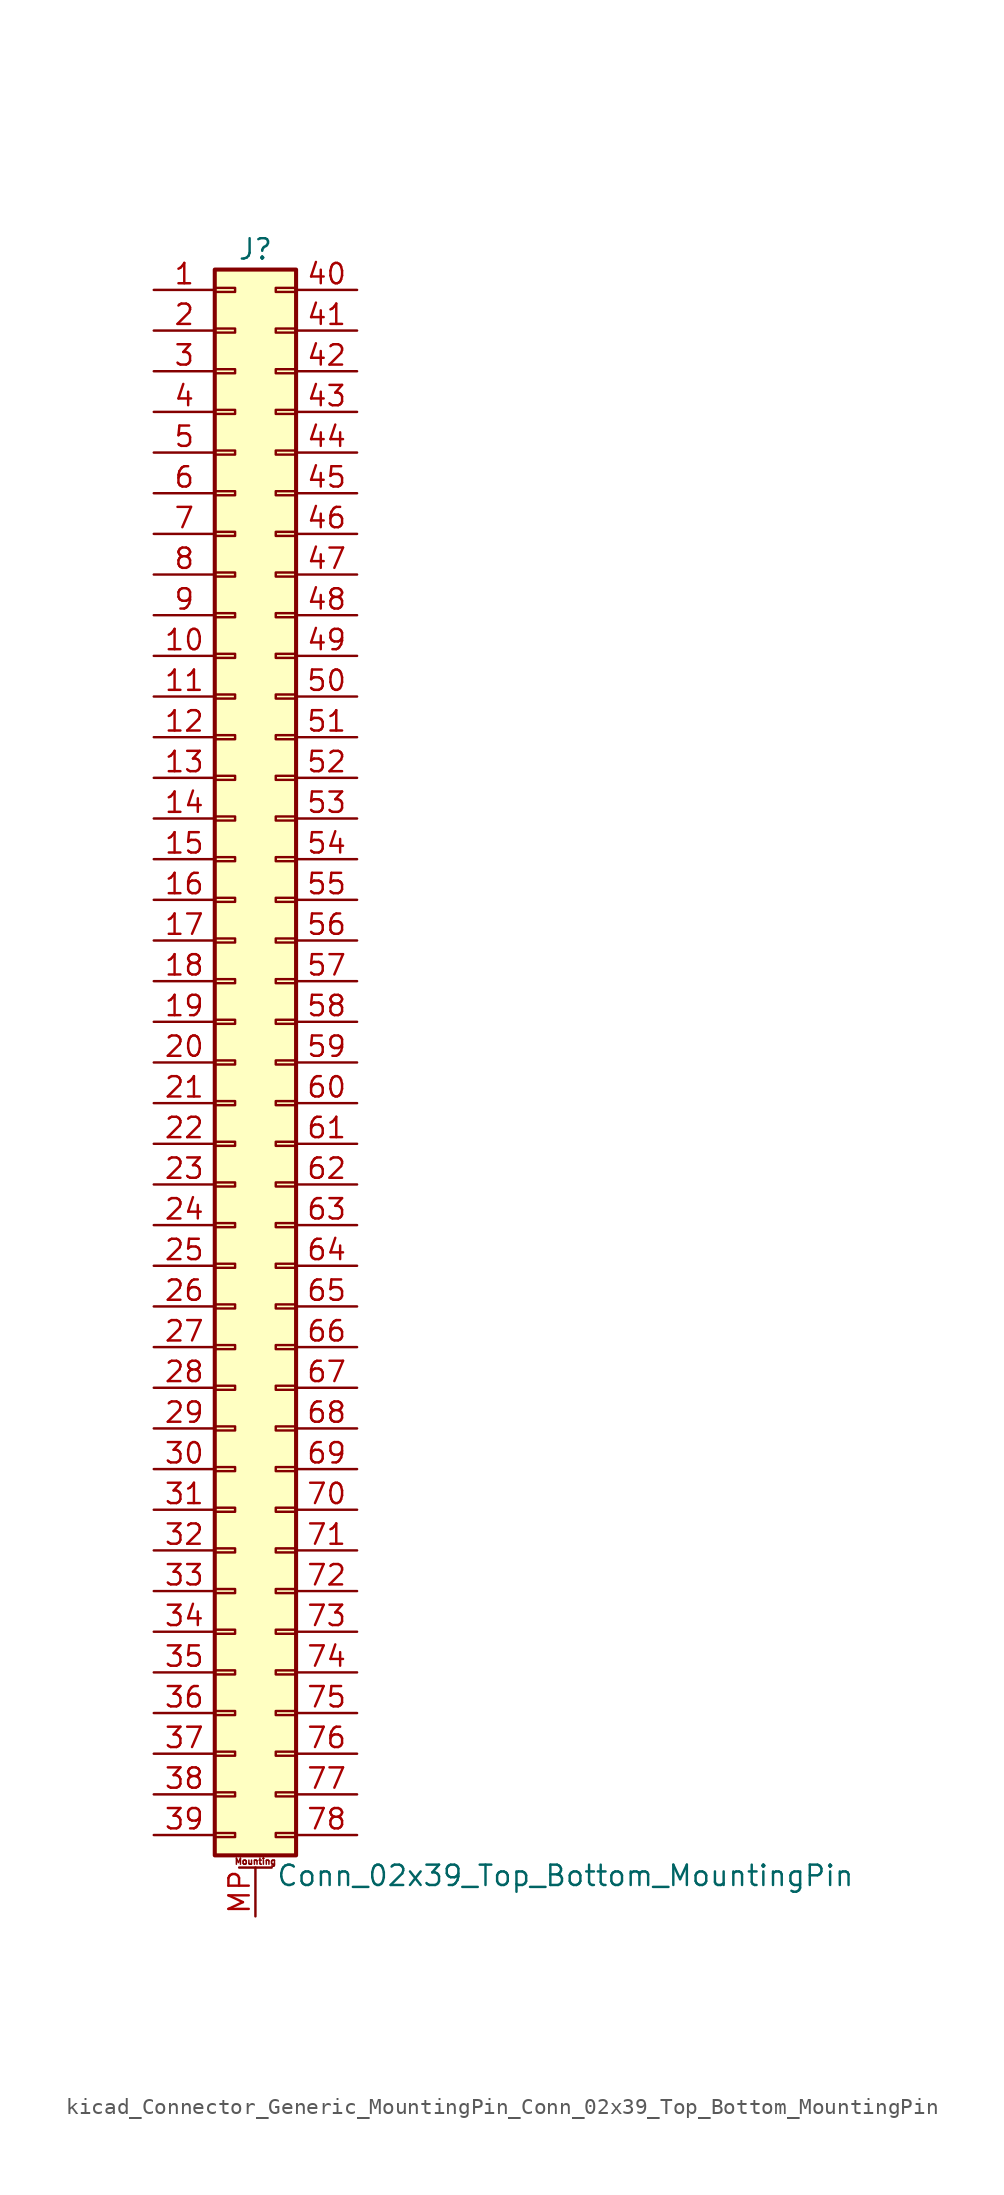
<source format=kicad_sym>
(kicad_symbol_lib
  (version 20220914)
  (generator kicad_symbol_editor)
  (symbol "kicad_Connector_Generic_MountingPin_Conn_02x39_Top_Bottom_MountingPin"
    (pin_names
      (offset 1.016) hide)
    (property "Reference" "J"
      (at 1.27 50.8 0)
      (effects (font (size 1.27 1.27))))
    (property "Value" "Conn_02x39_Top_Bottom_MountingPin"
      (at 2.54 -50.8 0)
      (effects (font (size 1.27 1.27)) (justify left)))
    (symbol "kicad_Connector_Generic_MountingPin_Conn_02x39_Top_Bottom_MountingPin_1_1"
      (rectangle (start -1.27 -48.133) (end 0 -48.387) (stroke (width 0.152) (type default)) (fill (type none)))
      (rectangle (start -1.27 -45.593) (end 0 -45.847) (stroke (width 0.152) (type default)) (fill (type none)))
      (rectangle (start -1.27 -43.053) (end 0 -43.307) (stroke (width 0.152) (type default)) (fill (type none)))
      (rectangle (start -1.27 -40.513) (end 0 -40.767) (stroke (width 0.152) (type default)) (fill (type none)))
      (rectangle (start -1.27 -37.973) (end 0 -38.227) (stroke (width 0.152) (type default)) (fill (type none)))
      (rectangle (start -1.27 -35.433) (end 0 -35.687) (stroke (width 0.152) (type default)) (fill (type none)))
      (rectangle (start -1.27 -32.893) (end 0 -33.147) (stroke (width 0.152) (type default)) (fill (type none)))
      (rectangle (start -1.27 -30.353) (end 0 -30.607) (stroke (width 0.152) (type default)) (fill (type none)))
      (rectangle (start -1.27 -27.813) (end 0 -28.067) (stroke (width 0.152) (type default)) (fill (type none)))
      (rectangle (start -1.27 -25.273) (end 0 -25.527) (stroke (width 0.152) (type default)) (fill (type none)))
      (rectangle (start -1.27 -22.733) (end 0 -22.987) (stroke (width 0.152) (type default)) (fill (type none)))
      (rectangle (start -1.27 -20.193) (end 0 -20.447) (stroke (width 0.152) (type default)) (fill (type none)))
      (rectangle (start -1.27 -17.653) (end 0 -17.907) (stroke (width 0.152) (type default)) (fill (type none)))
      (rectangle (start -1.27 -15.113) (end 0 -15.367) (stroke (width 0.152) (type default)) (fill (type none)))
      (rectangle (start -1.27 -12.573) (end 0 -12.827) (stroke (width 0.152) (type default)) (fill (type none)))
      (rectangle (start -1.27 -10.033) (end 0 -10.287) (stroke (width 0.152) (type default)) (fill (type none)))
      (rectangle (start -1.27 -7.493) (end 0 -7.747) (stroke (width 0.152) (type default)) (fill (type none)))
      (rectangle (start -1.27 -4.953) (end 0 -5.207) (stroke (width 0.152) (type default)) (fill (type none)))
      (rectangle (start -1.27 -2.413) (end 0 -2.667) (stroke (width 0.152) (type default)) (fill (type none)))
      (rectangle (start -1.27 0.127) (end 0 -0.127) (stroke (width 0.152) (type default)) (fill (type none)))
      (rectangle (start -1.27 2.667) (end 0 2.413) (stroke (width 0.152) (type default)) (fill (type none)))
      (rectangle (start -1.27 5.207) (end 0 4.953) (stroke (width 0.152) (type default)) (fill (type none)))
      (rectangle (start -1.27 7.747) (end 0 7.493) (stroke (width 0.152) (type default)) (fill (type none)))
      (rectangle (start -1.27 10.287) (end 0 10.033) (stroke (width 0.152) (type default)) (fill (type none)))
      (rectangle (start -1.27 12.827) (end 0 12.573) (stroke (width 0.152) (type default)) (fill (type none)))
      (rectangle (start -1.27 15.367) (end 0 15.113) (stroke (width 0.152) (type default)) (fill (type none)))
      (rectangle (start -1.27 17.907) (end 0 17.653) (stroke (width 0.152) (type default)) (fill (type none)))
      (rectangle (start -1.27 20.447) (end 0 20.193) (stroke (width 0.152) (type default)) (fill (type none)))
      (rectangle (start -1.27 22.987) (end 0 22.733) (stroke (width 0.152) (type default)) (fill (type none)))
      (rectangle (start -1.27 25.527) (end 0 25.273) (stroke (width 0.152) (type default)) (fill (type none)))
      (rectangle (start -1.27 28.067) (end 0 27.813) (stroke (width 0.152) (type default)) (fill (type none)))
      (rectangle (start -1.27 30.607) (end 0 30.353) (stroke (width 0.152) (type default)) (fill (type none)))
      (rectangle (start -1.27 33.147) (end 0 32.893) (stroke (width 0.152) (type default)) (fill (type none)))
      (rectangle (start -1.27 35.687) (end 0 35.433) (stroke (width 0.152) (type default)) (fill (type none)))
      (rectangle (start -1.27 38.227) (end 0 37.973) (stroke (width 0.152) (type default)) (fill (type none)))
      (rectangle (start -1.27 40.767) (end 0 40.513) (stroke (width 0.152) (type default)) (fill (type none)))
      (rectangle (start -1.27 43.307) (end 0 43.053) (stroke (width 0.152) (type default)) (fill (type none)))
      (rectangle (start -1.27 45.847) (end 0 45.593) (stroke (width 0.152) (type default)) (fill (type none)))
      (rectangle (start -1.27 48.387) (end 0 48.133) (stroke (width 0.152) (type default)) (fill (type none)))
      (rectangle (start -1.27 49.53) (end 3.81 -49.53) (stroke (width 0.254) (type default)) (fill (type background)))
      (polyline (pts (xy 0.254 -50.292) (xy 2.286 -50.292)) (stroke (width 0.152) (type default)) (fill (type none)))
      (rectangle (start 3.81 -48.133) (end 2.54 -48.387) (stroke (width 0.152) (type default)) (fill (type none)))
      (rectangle (start 3.81 -45.593) (end 2.54 -45.847) (stroke (width 0.152) (type default)) (fill (type none)))
      (rectangle (start 3.81 -43.053) (end 2.54 -43.307) (stroke (width 0.152) (type default)) (fill (type none)))
      (rectangle (start 3.81 -40.513) (end 2.54 -40.767) (stroke (width 0.152) (type default)) (fill (type none)))
      (rectangle (start 3.81 -37.973) (end 2.54 -38.227) (stroke (width 0.152) (type default)) (fill (type none)))
      (rectangle (start 3.81 -35.433) (end 2.54 -35.687) (stroke (width 0.152) (type default)) (fill (type none)))
      (rectangle (start 3.81 -32.893) (end 2.54 -33.147) (stroke (width 0.152) (type default)) (fill (type none)))
      (rectangle (start 3.81 -30.353) (end 2.54 -30.607) (stroke (width 0.152) (type default)) (fill (type none)))
      (rectangle (start 3.81 -27.813) (end 2.54 -28.067) (stroke (width 0.152) (type default)) (fill (type none)))
      (rectangle (start 3.81 -25.273) (end 2.54 -25.527) (stroke (width 0.152) (type default)) (fill (type none)))
      (rectangle (start 3.81 -22.733) (end 2.54 -22.987) (stroke (width 0.152) (type default)) (fill (type none)))
      (rectangle (start 3.81 -20.193) (end 2.54 -20.447) (stroke (width 0.152) (type default)) (fill (type none)))
      (rectangle (start 3.81 -17.653) (end 2.54 -17.907) (stroke (width 0.152) (type default)) (fill (type none)))
      (rectangle (start 3.81 -15.113) (end 2.54 -15.367) (stroke (width 0.152) (type default)) (fill (type none)))
      (rectangle (start 3.81 -12.573) (end 2.54 -12.827) (stroke (width 0.152) (type default)) (fill (type none)))
      (rectangle (start 3.81 -10.033) (end 2.54 -10.287) (stroke (width 0.152) (type default)) (fill (type none)))
      (rectangle (start 3.81 -7.493) (end 2.54 -7.747) (stroke (width 0.152) (type default)) (fill (type none)))
      (rectangle (start 3.81 -4.953) (end 2.54 -5.207) (stroke (width 0.152) (type default)) (fill (type none)))
      (rectangle (start 3.81 -2.413) (end 2.54 -2.667) (stroke (width 0.152) (type default)) (fill (type none)))
      (rectangle (start 3.81 0.127) (end 2.54 -0.127) (stroke (width 0.152) (type default)) (fill (type none)))
      (rectangle (start 3.81 2.667) (end 2.54 2.413) (stroke (width 0.152) (type default)) (fill (type none)))
      (rectangle (start 3.81 5.207) (end 2.54 4.953) (stroke (width 0.152) (type default)) (fill (type none)))
      (rectangle (start 3.81 7.747) (end 2.54 7.493) (stroke (width 0.152) (type default)) (fill (type none)))
      (rectangle (start 3.81 10.287) (end 2.54 10.033) (stroke (width 0.152) (type default)) (fill (type none)))
      (rectangle (start 3.81 12.827) (end 2.54 12.573) (stroke (width 0.152) (type default)) (fill (type none)))
      (rectangle (start 3.81 15.367) (end 2.54 15.113) (stroke (width 0.152) (type default)) (fill (type none)))
      (rectangle (start 3.81 17.907) (end 2.54 17.653) (stroke (width 0.152) (type default)) (fill (type none)))
      (rectangle (start 3.81 20.447) (end 2.54 20.193) (stroke (width 0.152) (type default)) (fill (type none)))
      (rectangle (start 3.81 22.987) (end 2.54 22.733) (stroke (width 0.152) (type default)) (fill (type none)))
      (rectangle (start 3.81 25.527) (end 2.54 25.273) (stroke (width 0.152) (type default)) (fill (type none)))
      (rectangle (start 3.81 28.067) (end 2.54 27.813) (stroke (width 0.152) (type default)) (fill (type none)))
      (rectangle (start 3.81 30.607) (end 2.54 30.353) (stroke (width 0.152) (type default)) (fill (type none)))
      (rectangle (start 3.81 33.147) (end 2.54 32.893) (stroke (width 0.152) (type default)) (fill (type none)))
      (rectangle (start 3.81 35.687) (end 2.54 35.433) (stroke (width 0.152) (type default)) (fill (type none)))
      (rectangle (start 3.81 38.227) (end 2.54 37.973) (stroke (width 0.152) (type default)) (fill (type none)))
      (rectangle (start 3.81 40.767) (end 2.54 40.513) (stroke (width 0.152) (type default)) (fill (type none)))
      (rectangle (start 3.81 43.307) (end 2.54 43.053) (stroke (width 0.152) (type default)) (fill (type none)))
      (rectangle (start 3.81 45.847) (end 2.54 45.593) (stroke (width 0.152) (type default)) (fill (type none)))
      (rectangle (start 3.81 48.387) (end 2.54 48.133) (stroke (width 0.152) (type default)) (fill (type none)))
      (text "Mounting" (at 1.27 -49.911 0) (effects (font (size 0.381 0.381))))
      (pin passive line (at -5.08 48.26 0) (length 3.81) (name "Pin_1" (effects (font (size 1.27 1.27)))) (number "1" (effects (font (size 1.27 1.27)))))
      (pin passive line (at -5.08 25.4 0) (length 3.81) (name "Pin_10" (effects (font (size 1.27 1.27)))) (number "10" (effects (font (size 1.27 1.27)))))
      (pin passive line (at -5.08 22.86 0) (length 3.81) (name "Pin_11" (effects (font (size 1.27 1.27)))) (number "11" (effects (font (size 1.27 1.27)))))
      (pin passive line (at -5.08 20.32 0) (length 3.81) (name "Pin_12" (effects (font (size 1.27 1.27)))) (number "12" (effects (font (size 1.27 1.27)))))
      (pin passive line (at -5.08 17.78 0) (length 3.81) (name "Pin_13" (effects (font (size 1.27 1.27)))) (number "13" (effects (font (size 1.27 1.27)))))
      (pin passive line (at -5.08 15.24 0) (length 3.81) (name "Pin_14" (effects (font (size 1.27 1.27)))) (number "14" (effects (font (size 1.27 1.27)))))
      (pin passive line (at -5.08 12.7 0) (length 3.81) (name "Pin_15" (effects (font (size 1.27 1.27)))) (number "15" (effects (font (size 1.27 1.27)))))
      (pin passive line (at -5.08 10.16 0) (length 3.81) (name "Pin_16" (effects (font (size 1.27 1.27)))) (number "16" (effects (font (size 1.27 1.27)))))
      (pin passive line (at -5.08 7.62 0) (length 3.81) (name "Pin_17" (effects (font (size 1.27 1.27)))) (number "17" (effects (font (size 1.27 1.27)))))
      (pin passive line (at -5.08 5.08 0) (length 3.81) (name "Pin_18" (effects (font (size 1.27 1.27)))) (number "18" (effects (font (size 1.27 1.27)))))
      (pin passive line (at -5.08 2.54 0) (length 3.81) (name "Pin_19" (effects (font (size 1.27 1.27)))) (number "19" (effects (font (size 1.27 1.27)))))
      (pin passive line (at -5.08 45.72 0) (length 3.81) (name "Pin_2" (effects (font (size 1.27 1.27)))) (number "2" (effects (font (size 1.27 1.27)))))
      (pin passive line (at -5.08 0 0) (length 3.81) (name "Pin_20" (effects (font (size 1.27 1.27)))) (number "20" (effects (font (size 1.27 1.27)))))
      (pin passive line (at -5.08 -2.54 0) (length 3.81) (name "Pin_21" (effects (font (size 1.27 1.27)))) (number "21" (effects (font (size 1.27 1.27)))))
      (pin passive line (at -5.08 -5.08 0) (length 3.81) (name "Pin_22" (effects (font (size 1.27 1.27)))) (number "22" (effects (font (size 1.27 1.27)))))
      (pin passive line (at -5.08 -7.62 0) (length 3.81) (name "Pin_23" (effects (font (size 1.27 1.27)))) (number "23" (effects (font (size 1.27 1.27)))))
      (pin passive line (at -5.08 -10.16 0) (length 3.81) (name "Pin_24" (effects (font (size 1.27 1.27)))) (number "24" (effects (font (size 1.27 1.27)))))
      (pin passive line (at -5.08 -12.7 0) (length 3.81) (name "Pin_25" (effects (font (size 1.27 1.27)))) (number "25" (effects (font (size 1.27 1.27)))))
      (pin passive line (at -5.08 -15.24 0) (length 3.81) (name "Pin_26" (effects (font (size 1.27 1.27)))) (number "26" (effects (font (size 1.27 1.27)))))
      (pin passive line (at -5.08 -17.78 0) (length 3.81) (name "Pin_27" (effects (font (size 1.27 1.27)))) (number "27" (effects (font (size 1.27 1.27)))))
      (pin passive line (at -5.08 -20.32 0) (length 3.81) (name "Pin_28" (effects (font (size 1.27 1.27)))) (number "28" (effects (font (size 1.27 1.27)))))
      (pin passive line (at -5.08 -22.86 0) (length 3.81) (name "Pin_29" (effects (font (size 1.27 1.27)))) (number "29" (effects (font (size 1.27 1.27)))))
      (pin passive line (at -5.08 43.18 0) (length 3.81) (name "Pin_3" (effects (font (size 1.27 1.27)))) (number "3" (effects (font (size 1.27 1.27)))))
      (pin passive line (at -5.08 -25.4 0) (length 3.81) (name "Pin_30" (effects (font (size 1.27 1.27)))) (number "30" (effects (font (size 1.27 1.27)))))
      (pin passive line (at -5.08 -27.94 0) (length 3.81) (name "Pin_31" (effects (font (size 1.27 1.27)))) (number "31" (effects (font (size 1.27 1.27)))))
      (pin passive line (at -5.08 -30.48 0) (length 3.81) (name "Pin_32" (effects (font (size 1.27 1.27)))) (number "32" (effects (font (size 1.27 1.27)))))
      (pin passive line (at -5.08 -33.02 0) (length 3.81) (name "Pin_33" (effects (font (size 1.27 1.27)))) (number "33" (effects (font (size 1.27 1.27)))))
      (pin passive line (at -5.08 -35.56 0) (length 3.81) (name "Pin_34" (effects (font (size 1.27 1.27)))) (number "34" (effects (font (size 1.27 1.27)))))
      (pin passive line (at -5.08 -38.1 0) (length 3.81) (name "Pin_35" (effects (font (size 1.27 1.27)))) (number "35" (effects (font (size 1.27 1.27)))))
      (pin passive line (at -5.08 -40.64 0) (length 3.81) (name "Pin_36" (effects (font (size 1.27 1.27)))) (number "36" (effects (font (size 1.27 1.27)))))
      (pin passive line (at -5.08 -43.18 0) (length 3.81) (name "Pin_37" (effects (font (size 1.27 1.27)))) (number "37" (effects (font (size 1.27 1.27)))))
      (pin passive line (at -5.08 -45.72 0) (length 3.81) (name "Pin_38" (effects (font (size 1.27 1.27)))) (number "38" (effects (font (size 1.27 1.27)))))
      (pin passive line (at -5.08 -48.26 0) (length 3.81) (name "Pin_39" (effects (font (size 1.27 1.27)))) (number "39" (effects (font (size 1.27 1.27)))))
      (pin passive line (at -5.08 40.64 0) (length 3.81) (name "Pin_4" (effects (font (size 1.27 1.27)))) (number "4" (effects (font (size 1.27 1.27)))))
      (pin passive line (at 7.62 48.26 180) (length 3.81) (name "Pin_40" (effects (font (size 1.27 1.27)))) (number "40" (effects (font (size 1.27 1.27)))))
      (pin passive line (at 7.62 45.72 180) (length 3.81) (name "Pin_41" (effects (font (size 1.27 1.27)))) (number "41" (effects (font (size 1.27 1.27)))))
      (pin passive line (at 7.62 43.18 180) (length 3.81) (name "Pin_42" (effects (font (size 1.27 1.27)))) (number "42" (effects (font (size 1.27 1.27)))))
      (pin passive line (at 7.62 40.64 180) (length 3.81) (name "Pin_43" (effects (font (size 1.27 1.27)))) (number "43" (effects (font (size 1.27 1.27)))))
      (pin passive line (at 7.62 38.1 180) (length 3.81) (name "Pin_44" (effects (font (size 1.27 1.27)))) (number "44" (effects (font (size 1.27 1.27)))))
      (pin passive line (at 7.62 35.56 180) (length 3.81) (name "Pin_45" (effects (font (size 1.27 1.27)))) (number "45" (effects (font (size 1.27 1.27)))))
      (pin passive line (at 7.62 33.02 180) (length 3.81) (name "Pin_46" (effects (font (size 1.27 1.27)))) (number "46" (effects (font (size 1.27 1.27)))))
      (pin passive line (at 7.62 30.48 180) (length 3.81) (name "Pin_47" (effects (font (size 1.27 1.27)))) (number "47" (effects (font (size 1.27 1.27)))))
      (pin passive line (at 7.62 27.94 180) (length 3.81) (name "Pin_48" (effects (font (size 1.27 1.27)))) (number "48" (effects (font (size 1.27 1.27)))))
      (pin passive line (at 7.62 25.4 180) (length 3.81) (name "Pin_49" (effects (font (size 1.27 1.27)))) (number "49" (effects (font (size 1.27 1.27)))))
      (pin passive line (at -5.08 38.1 0) (length 3.81) (name "Pin_5" (effects (font (size 1.27 1.27)))) (number "5" (effects (font (size 1.27 1.27)))))
      (pin passive line (at 7.62 22.86 180) (length 3.81) (name "Pin_50" (effects (font (size 1.27 1.27)))) (number "50" (effects (font (size 1.27 1.27)))))
      (pin passive line (at 7.62 20.32 180) (length 3.81) (name "Pin_51" (effects (font (size 1.27 1.27)))) (number "51" (effects (font (size 1.27 1.27)))))
      (pin passive line (at 7.62 17.78 180) (length 3.81) (name "Pin_52" (effects (font (size 1.27 1.27)))) (number "52" (effects (font (size 1.27 1.27)))))
      (pin passive line (at 7.62 15.24 180) (length 3.81) (name "Pin_53" (effects (font (size 1.27 1.27)))) (number "53" (effects (font (size 1.27 1.27)))))
      (pin passive line (at 7.62 12.7 180) (length 3.81) (name "Pin_54" (effects (font (size 1.27 1.27)))) (number "54" (effects (font (size 1.27 1.27)))))
      (pin passive line (at 7.62 10.16 180) (length 3.81) (name "Pin_55" (effects (font (size 1.27 1.27)))) (number "55" (effects (font (size 1.27 1.27)))))
      (pin passive line (at 7.62 7.62 180) (length 3.81) (name "Pin_56" (effects (font (size 1.27 1.27)))) (number "56" (effects (font (size 1.27 1.27)))))
      (pin passive line (at 7.62 5.08 180) (length 3.81) (name "Pin_57" (effects (font (size 1.27 1.27)))) (number "57" (effects (font (size 1.27 1.27)))))
      (pin passive line (at 7.62 2.54 180) (length 3.81) (name "Pin_58" (effects (font (size 1.27 1.27)))) (number "58" (effects (font (size 1.27 1.27)))))
      (pin passive line (at 7.62 0 180) (length 3.81) (name "Pin_59" (effects (font (size 1.27 1.27)))) (number "59" (effects (font (size 1.27 1.27)))))
      (pin passive line (at -5.08 35.56 0) (length 3.81) (name "Pin_6" (effects (font (size 1.27 1.27)))) (number "6" (effects (font (size 1.27 1.27)))))
      (pin passive line (at 7.62 -2.54 180) (length 3.81) (name "Pin_60" (effects (font (size 1.27 1.27)))) (number "60" (effects (font (size 1.27 1.27)))))
      (pin passive line (at 7.62 -5.08 180) (length 3.81) (name "Pin_61" (effects (font (size 1.27 1.27)))) (number "61" (effects (font (size 1.27 1.27)))))
      (pin passive line (at 7.62 -7.62 180) (length 3.81) (name "Pin_62" (effects (font (size 1.27 1.27)))) (number "62" (effects (font (size 1.27 1.27)))))
      (pin passive line (at 7.62 -10.16 180) (length 3.81) (name "Pin_63" (effects (font (size 1.27 1.27)))) (number "63" (effects (font (size 1.27 1.27)))))
      (pin passive line (at 7.62 -12.7 180) (length 3.81) (name "Pin_64" (effects (font (size 1.27 1.27)))) (number "64" (effects (font (size 1.27 1.27)))))
      (pin passive line (at 7.62 -15.24 180) (length 3.81) (name "Pin_65" (effects (font (size 1.27 1.27)))) (number "65" (effects (font (size 1.27 1.27)))))
      (pin passive line (at 7.62 -17.78 180) (length 3.81) (name "Pin_66" (effects (font (size 1.27 1.27)))) (number "66" (effects (font (size 1.27 1.27)))))
      (pin passive line (at 7.62 -20.32 180) (length 3.81) (name "Pin_67" (effects (font (size 1.27 1.27)))) (number "67" (effects (font (size 1.27 1.27)))))
      (pin passive line (at 7.62 -22.86 180) (length 3.81) (name "Pin_68" (effects (font (size 1.27 1.27)))) (number "68" (effects (font (size 1.27 1.27)))))
      (pin passive line (at 7.62 -25.4 180) (length 3.81) (name "Pin_69" (effects (font (size 1.27 1.27)))) (number "69" (effects (font (size 1.27 1.27)))))
      (pin passive line (at -5.08 33.02 0) (length 3.81) (name "Pin_7" (effects (font (size 1.27 1.27)))) (number "7" (effects (font (size 1.27 1.27)))))
      (pin passive line (at 7.62 -27.94 180) (length 3.81) (name "Pin_70" (effects (font (size 1.27 1.27)))) (number "70" (effects (font (size 1.27 1.27)))))
      (pin passive line (at 7.62 -30.48 180) (length 3.81) (name "Pin_71" (effects (font (size 1.27 1.27)))) (number "71" (effects (font (size 1.27 1.27)))))
      (pin passive line (at 7.62 -33.02 180) (length 3.81) (name "Pin_72" (effects (font (size 1.27 1.27)))) (number "72" (effects (font (size 1.27 1.27)))))
      (pin passive line (at 7.62 -35.56 180) (length 3.81) (name "Pin_73" (effects (font (size 1.27 1.27)))) (number "73" (effects (font (size 1.27 1.27)))))
      (pin passive line (at 7.62 -38.1 180) (length 3.81) (name "Pin_74" (effects (font (size 1.27 1.27)))) (number "74" (effects (font (size 1.27 1.27)))))
      (pin passive line (at 7.62 -40.64 180) (length 3.81) (name "Pin_75" (effects (font (size 1.27 1.27)))) (number "75" (effects (font (size 1.27 1.27)))))
      (pin passive line (at 7.62 -43.18 180) (length 3.81) (name "Pin_76" (effects (font (size 1.27 1.27)))) (number "76" (effects (font (size 1.27 1.27)))))
      (pin passive line (at 7.62 -45.72 180) (length 3.81) (name "Pin_77" (effects (font (size 1.27 1.27)))) (number "77" (effects (font (size 1.27 1.27)))))
      (pin passive line (at 7.62 -48.26 180) (length 3.81) (name "Pin_78" (effects (font (size 1.27 1.27)))) (number "78" (effects (font (size 1.27 1.27)))))
      (pin passive line (at -5.08 30.48 0) (length 3.81) (name "Pin_8" (effects (font (size 1.27 1.27)))) (number "8" (effects (font (size 1.27 1.27)))))
      (pin passive line (at -5.08 27.94 0) (length 3.81) (name "Pin_9" (effects (font (size 1.27 1.27)))) (number "9" (effects (font (size 1.27 1.27)))))
      (pin passive line (at 1.27 -53.34 90) (length 3.048) (name "MountPin" (effects (font (size 1.27 1.27)))) (number "MP" (effects (font (size 1.27 1.27))))))))
</source>
